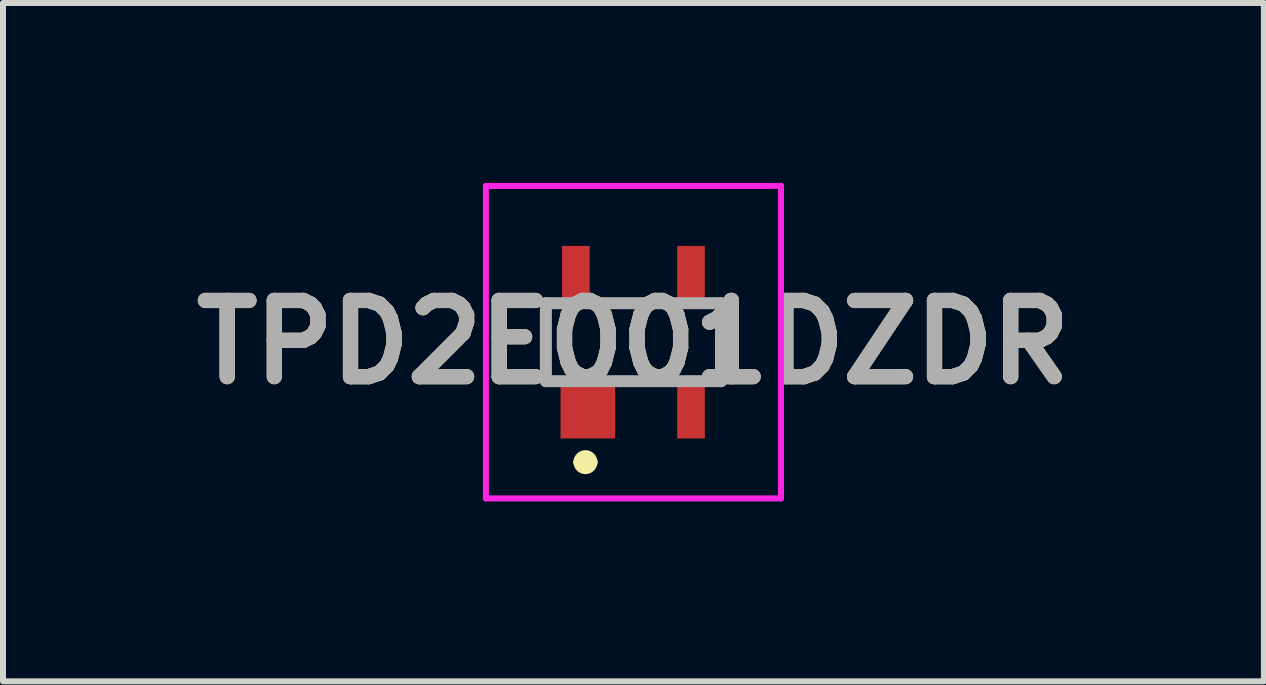
<source format=kicad_pcb>
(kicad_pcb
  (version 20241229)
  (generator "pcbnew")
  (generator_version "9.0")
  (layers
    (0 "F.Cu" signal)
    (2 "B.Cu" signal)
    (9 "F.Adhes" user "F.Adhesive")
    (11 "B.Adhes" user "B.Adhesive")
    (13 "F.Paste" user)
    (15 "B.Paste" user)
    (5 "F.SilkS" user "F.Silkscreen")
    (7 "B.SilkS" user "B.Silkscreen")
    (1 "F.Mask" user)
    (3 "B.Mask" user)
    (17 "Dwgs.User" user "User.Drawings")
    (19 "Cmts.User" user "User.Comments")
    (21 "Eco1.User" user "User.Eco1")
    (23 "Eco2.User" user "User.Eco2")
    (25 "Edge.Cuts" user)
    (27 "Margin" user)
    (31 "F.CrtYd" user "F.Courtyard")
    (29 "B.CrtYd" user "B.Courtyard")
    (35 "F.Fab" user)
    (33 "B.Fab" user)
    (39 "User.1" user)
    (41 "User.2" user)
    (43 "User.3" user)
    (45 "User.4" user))
  (footprint "TPD2E001DZDR"
    (layer "F.Cu")
    (at 7.511 2.655)
    (property "Reference" "TPD2E001DZDR" (at 0 0 0) (layer "F.SilkS") (effects (font (size 1.27 1.27) (thickness 0.254))))
    (attr smd)
    (fp_line (start -1.46 -0.65) (end -1.46 0.65) (stroke (width 0.1) (type solid)) (layer "F.SilkS"))
    (fp_line (start -0.9 2) (end -0.9 2) (stroke (width 0.2) (type solid)) (layer "F.SilkS"))
    (fp_line (start -0.7 2) (end -0.7 2) (stroke (width 0.2) (type solid)) (layer "F.SilkS"))
    (fp_line (start 1.46 -0.65) (end 1.46 0.65) (stroke (width 0.1) (type solid)) (layer "F.SilkS"))
    (fp_arc (start -0.9 2) (mid -0.8 1.9) (end -0.7 2) (stroke (width 0.2) (type solid)) (layer "F.SilkS"))
    (fp_arc (start -0.7 2) (mid -0.8 2.1) (end -0.9 2) (stroke (width 0.2) (type solid)) (layer "F.SilkS"))
    (fp_line (start -2.46 -2.605) (end 2.46 -2.605) (stroke (width 0.1) (type solid)) (layer "F.CrtYd"))
    (fp_line (start -2.46 2.605) (end -2.46 -2.605) (stroke (width 0.1) (type solid)) (layer "F.CrtYd"))
    (fp_line (start 2.46 -2.605) (end 2.46 2.605) (stroke (width 0.1) (type solid)) (layer "F.CrtYd"))
    (fp_line (start 2.46 2.605) (end -2.46 2.605) (stroke (width 0.1) (type solid)) (layer "F.CrtYd"))
    (fp_line (start -1.46 -0.65) (end 1.46 -0.65) (stroke (width 0.2) (type solid)) (layer "F.Fab"))
    (fp_line (start -1.46 0.65) (end -1.46 -0.65) (stroke (width 0.2) (type solid)) (layer "F.Fab"))
    (fp_line (start 1.46 -0.65) (end 1.46 0.65) (stroke (width 0.2) (type solid)) (layer "F.Fab"))
    (fp_line (start 1.46 0.65) (end -1.46 0.65) (stroke (width 0.2) (type solid)) (layer "F.Fab"))
    (fp_text user "${REFERENCE}" (at 0 0 0) (layer "F.Fab") (effects (font (size 1.27 1.27) (thickness 0.254))))
    (pad "1" smd rect (at -0.76 1.15) (size 0.91 0.91) (layers "F.Cu" "F.Mask" "F.Paste"))
    (pad "2" smd rect (at 0.96 1.15) (size 0.46 0.91) (layers "F.Cu" "F.Mask" "F.Paste"))
    (pad "3" smd rect (at 0.96 -1.15) (size 0.46 0.91) (layers "F.Cu" "F.Mask" "F.Paste"))
    (pad "4" smd rect (at -0.96 -1.15) (size 0.46 0.91) (layers "F.Cu" "F.Mask" "F.Paste")))
  (gr_rect
    (start -3 -3)
    (end 18.022 8.31)
    (stroke (width 0.1) (type default))
    (fill no)
    (layer "Edge.Cuts")))
</source>
